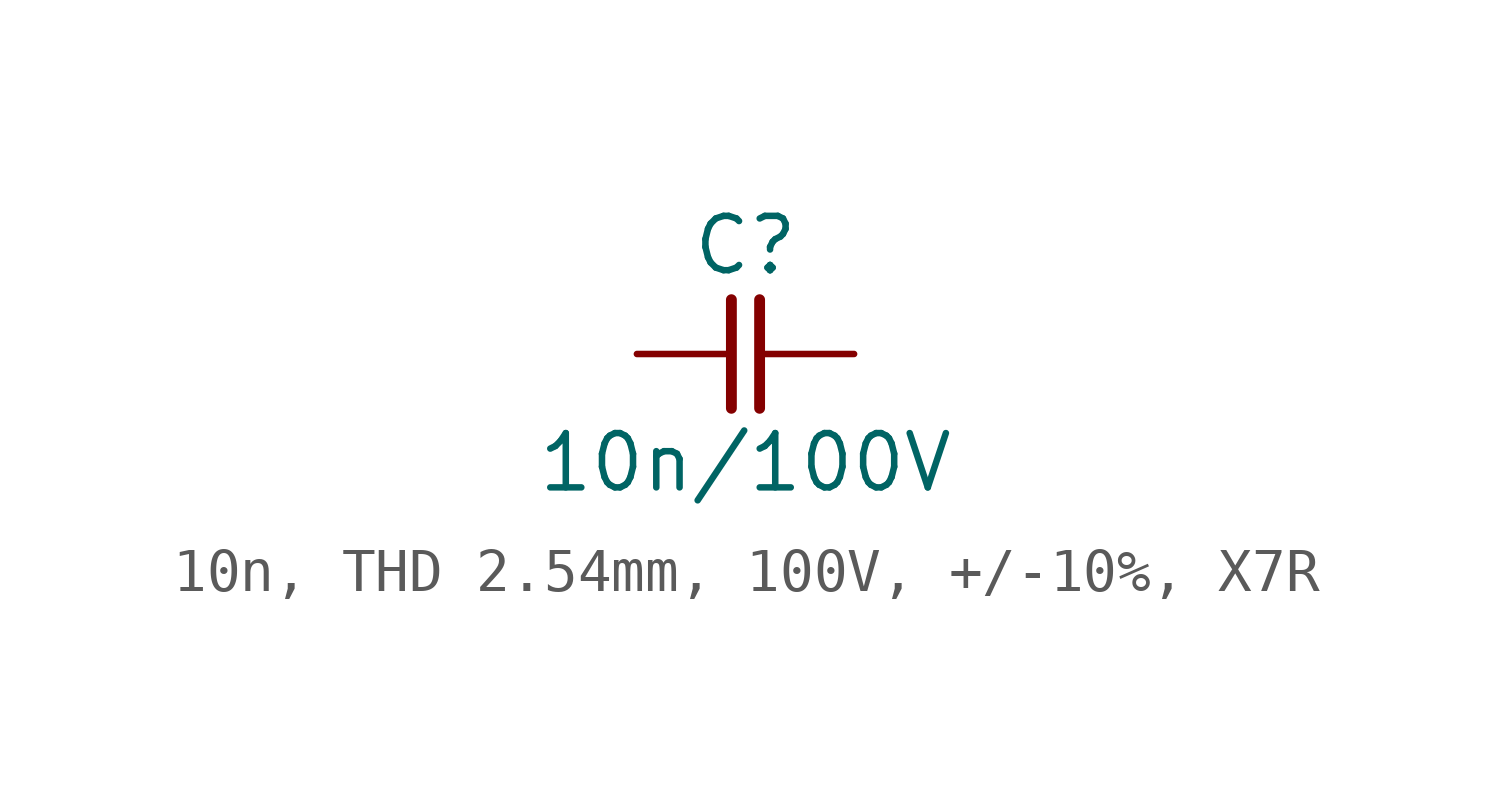
<source format=kicad_sym>
(kicad_symbol_lib
  (version 20241209)
  (generator "kicad_symbol_editor")
  (generator_version "9.0")
  (symbol "10n, THD 2.54mm, 100V, +/-10%, X7R"
    (pin_numbers
      (hide yes))
    (pin_names
      (offset 0)
      (hide yes))
    (property "Reference" "C"
      (at 0 2.54 0)
      (effects (font (size 1.27 1.27))))
    (property "Value" "10n/100V"
      (at 0 -2.54 0)
      (effects (font (size 1.27 1.27))))
    (symbol "10n, THD 2.54mm, 100V, +/-10%, X7R_0_1"
      (polyline (pts (xy -0.33 1.27) (xy -0.33 -1.27)) (stroke (width 0.254) (type default)) (fill (type none)))
      (polyline (pts (xy 0.33 1.27) (xy 0.33 -1.27)) (stroke (width 0.254) (type default)) (fill (type none))))
    (symbol "10n, THD 2.54mm, 100V, +/-10%, X7R_1_1"
      (pin passive line (at -2.54 0 0) (length 2.21) (name "1" (effects (font (size 1.27 1.27)))) (number "1" (effects (font (size 1.27 1.27)))))
      (pin passive line (at 2.54 0 180) (length 2.21) (name "2" (effects (font (size 1.27 1.27)))) (number "2" (effects (font (size 1.27 1.27))))))))
</source>
